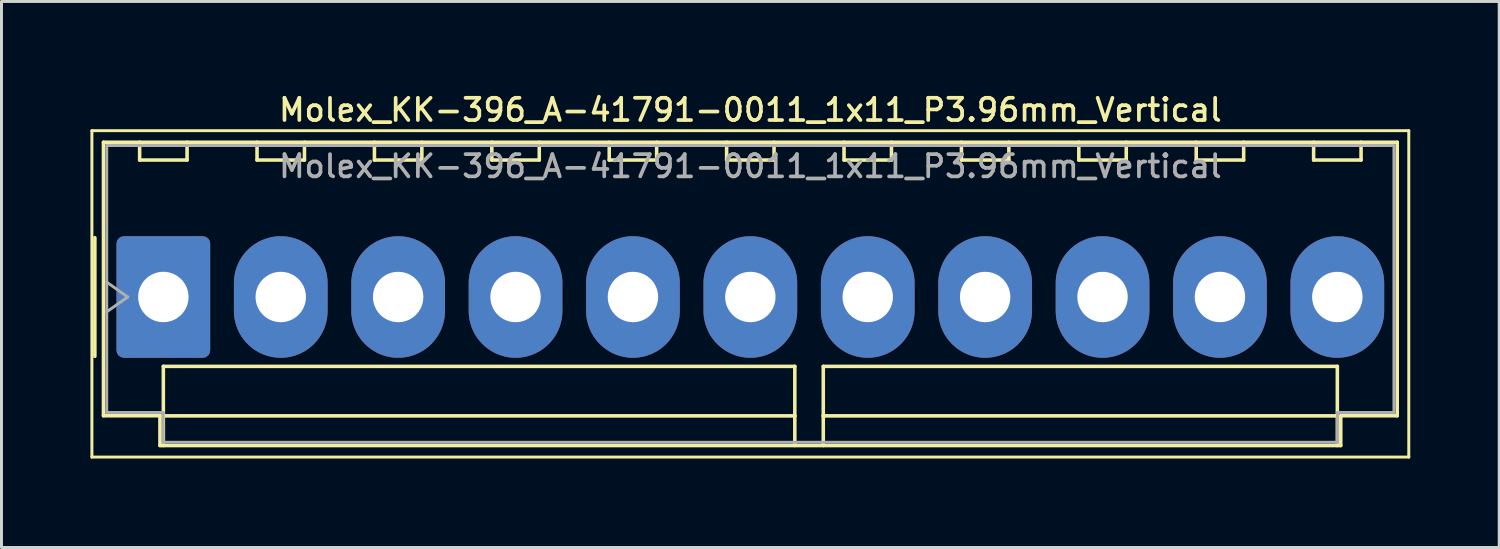
<source format=kicad_pcb>
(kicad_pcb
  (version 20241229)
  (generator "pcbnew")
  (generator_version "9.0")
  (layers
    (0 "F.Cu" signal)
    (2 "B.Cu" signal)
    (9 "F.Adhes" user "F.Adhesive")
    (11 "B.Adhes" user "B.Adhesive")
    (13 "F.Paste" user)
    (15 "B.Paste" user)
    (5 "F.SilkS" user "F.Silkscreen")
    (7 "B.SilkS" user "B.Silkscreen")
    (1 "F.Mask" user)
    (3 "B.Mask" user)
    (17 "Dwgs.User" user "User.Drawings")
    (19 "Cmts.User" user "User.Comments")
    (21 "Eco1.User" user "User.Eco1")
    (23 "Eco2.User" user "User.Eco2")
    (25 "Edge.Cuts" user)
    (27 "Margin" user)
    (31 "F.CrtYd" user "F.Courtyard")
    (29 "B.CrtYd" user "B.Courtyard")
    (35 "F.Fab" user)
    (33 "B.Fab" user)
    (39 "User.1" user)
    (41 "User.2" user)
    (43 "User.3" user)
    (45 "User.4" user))
  (footprint "Molex_KK-396_A-41791-0011_1x11_P3.96mm_Vertical"
    (layer "F.Cu")
    (at 2.46 6.968)
    (property "Reference" "Molex_KK-396_A-41791-0011_1x11_P3.96mm_Vertical" (at 19.8 -6.31 0) (layer "F.SilkS") (effects (font (size 0.75 0.75) (thickness 0.125))))
    (attr through_hole)
    (fp_line (start -2.41 -5.61) (end -2.41 5.4) (stroke (width 0.1) (type solid)) (layer "F.SilkS"))
    (fp_line (start -2.41 5.4) (end 42.01 5.4) (stroke (width 0.1) (type solid)) (layer "F.SilkS"))
    (fp_line (start -2.31 -2) (end -2.31 2) (stroke (width 0.12) (type solid)) (layer "F.SilkS"))
    (fp_line (start -2.02 -5.22) (end 41.62 -5.22) (stroke (width 0.12) (type solid)) (layer "F.SilkS"))
    (fp_line (start -2.02 4.005) (end -2.02 -5.22) (stroke (width 0.12) (type solid)) (layer "F.SilkS"))
    (fp_line (start -0.8 -5.22) (end -0.8 -4.62) (stroke (width 0.12) (type solid)) (layer "F.SilkS"))
    (fp_line (start -0.8 -4.62) (end 0.8 -4.62) (stroke (width 0.12) (type solid)) (layer "F.SilkS"))
    (fp_line (start -0.115 4.005) (end -2.02 4.005) (stroke (width 0.12) (type solid)) (layer "F.SilkS"))
    (fp_line (start -0.115 5.01) (end -0.115 4.005) (stroke (width 0.12) (type solid)) (layer "F.SilkS"))
    (fp_line (start 0 2.34) (end 21.3 2.34) (stroke (width 0.12) (type solid)) (layer "F.SilkS"))
    (fp_line (start 0 4.01) (end 0 2.34) (stroke (width 0.12) (type solid)) (layer "F.SilkS"))
    (fp_line (start 0 4.01) (end 21.3 4.01) (stroke (width 0.12) (type solid)) (layer "F.SilkS"))
    (fp_line (start 0 5.01) (end 0 4.01) (stroke (width 0.12) (type solid)) (layer "F.SilkS"))
    (fp_line (start 0.8 -4.62) (end 0.8 -5.22) (stroke (width 0.12) (type solid)) (layer "F.SilkS"))
    (fp_line (start 3.16 -5.22) (end 3.16 -4.62) (stroke (width 0.12) (type solid)) (layer "F.SilkS"))
    (fp_line (start 3.16 -4.62) (end 4.76 -4.62) (stroke (width 0.12) (type solid)) (layer "F.SilkS"))
    (fp_line (start 4.76 -4.62) (end 4.76 -5.22) (stroke (width 0.12) (type solid)) (layer "F.SilkS"))
    (fp_line (start 7.12 -5.22) (end 7.12 -4.62) (stroke (width 0.12) (type solid)) (layer "F.SilkS"))
    (fp_line (start 7.12 -4.62) (end 8.72 -4.62) (stroke (width 0.12) (type solid)) (layer "F.SilkS"))
    (fp_line (start 8.72 -4.62) (end 8.72 -5.22) (stroke (width 0.12) (type solid)) (layer "F.SilkS"))
    (fp_line (start 11.08 -5.22) (end 11.08 -4.62) (stroke (width 0.12) (type solid)) (layer "F.SilkS"))
    (fp_line (start 11.08 -4.62) (end 12.68 -4.62) (stroke (width 0.12) (type solid)) (layer "F.SilkS"))
    (fp_line (start 12.68 -4.62) (end 12.68 -5.22) (stroke (width 0.12) (type solid)) (layer "F.SilkS"))
    (fp_line (start 15.04 -5.22) (end 15.04 -4.62) (stroke (width 0.12) (type solid)) (layer "F.SilkS"))
    (fp_line (start 15.04 -4.62) (end 16.64 -4.62) (stroke (width 0.12) (type solid)) (layer "F.SilkS"))
    (fp_line (start 16.64 -4.62) (end 16.64 -5.22) (stroke (width 0.12) (type solid)) (layer "F.SilkS"))
    (fp_line (start 19 -5.22) (end 19 -4.62) (stroke (width 0.12) (type solid)) (layer "F.SilkS"))
    (fp_line (start 19 -4.62) (end 20.6 -4.62) (stroke (width 0.12) (type solid)) (layer "F.SilkS"))
    (fp_line (start 20.6 -4.62) (end 20.6 -5.22) (stroke (width 0.12) (type solid)) (layer "F.SilkS"))
    (fp_line (start 21.3 2.34) (end 21.3 4.01) (stroke (width 0.12) (type solid)) (layer "F.SilkS"))
    (fp_line (start 21.3 4.01) (end 21.3 5.01) (stroke (width 0.12) (type solid)) (layer "F.SilkS"))
    (fp_line (start 22.26 2.34) (end 39.6 2.34) (stroke (width 0.12) (type solid)) (layer "F.SilkS"))
    (fp_line (start 22.26 4.01) (end 22.26 2.34) (stroke (width 0.12) (type solid)) (layer "F.SilkS"))
    (fp_line (start 22.26 4.01) (end 39.6 4.01) (stroke (width 0.12) (type solid)) (layer "F.SilkS"))
    (fp_line (start 22.26 5.01) (end 22.26 4.01) (stroke (width 0.12) (type solid)) (layer "F.SilkS"))
    (fp_line (start 22.96 -5.22) (end 22.96 -4.62) (stroke (width 0.12) (type solid)) (layer "F.SilkS"))
    (fp_line (start 22.96 -4.62) (end 24.56 -4.62) (stroke (width 0.12) (type solid)) (layer "F.SilkS"))
    (fp_line (start 24.56 -4.62) (end 24.56 -5.22) (stroke (width 0.12) (type solid)) (layer "F.SilkS"))
    (fp_line (start 26.92 -5.22) (end 26.92 -4.62) (stroke (width 0.12) (type solid)) (layer "F.SilkS"))
    (fp_line (start 26.92 -4.62) (end 28.52 -4.62) (stroke (width 0.12) (type solid)) (layer "F.SilkS"))
    (fp_line (start 28.52 -4.62) (end 28.52 -5.22) (stroke (width 0.12) (type solid)) (layer "F.SilkS"))
    (fp_line (start 30.88 -5.22) (end 30.88 -4.62) (stroke (width 0.12) (type solid)) (layer "F.SilkS"))
    (fp_line (start 30.88 -4.62) (end 32.48 -4.62) (stroke (width 0.12) (type solid)) (layer "F.SilkS"))
    (fp_line (start 32.48 -4.62) (end 32.48 -5.22) (stroke (width 0.12) (type solid)) (layer "F.SilkS"))
    (fp_line (start 34.84 -5.22) (end 34.84 -4.62) (stroke (width 0.12) (type solid)) (layer "F.SilkS"))
    (fp_line (start 34.84 -4.62) (end 36.44 -4.62) (stroke (width 0.12) (type solid)) (layer "F.SilkS"))
    (fp_line (start 36.44 -4.62) (end 36.44 -5.22) (stroke (width 0.12) (type solid)) (layer "F.SilkS"))
    (fp_line (start 38.8 -5.22) (end 38.8 -4.62) (stroke (width 0.12) (type solid)) (layer "F.SilkS"))
    (fp_line (start 38.8 -4.62) (end 40.4 -4.62) (stroke (width 0.12) (type solid)) (layer "F.SilkS"))
    (fp_line (start 39.6 2.34) (end 39.6 4.01) (stroke (width 0.12) (type solid)) (layer "F.SilkS"))
    (fp_line (start 39.6 4.01) (end 39.6 5.01) (stroke (width 0.12) (type solid)) (layer "F.SilkS"))
    (fp_line (start 39.715 4.005) (end 39.715 5.01) (stroke (width 0.12) (type solid)) (layer "F.SilkS"))
    (fp_line (start 39.715 5.01) (end -0.115 5.01) (stroke (width 0.12) (type solid)) (layer "F.SilkS"))
    (fp_line (start 40.4 -4.62) (end 40.4 -5.22) (stroke (width 0.12) (type solid)) (layer "F.SilkS"))
    (fp_line (start 41.62 -5.22) (end 41.62 4.005) (stroke (width 0.12) (type solid)) (layer "F.SilkS"))
    (fp_line (start 41.62 4.005) (end 39.715 4.005) (stroke (width 0.12) (type solid)) (layer "F.SilkS"))
    (fp_line (start 42.01 -5.61) (end -2.41 -5.61) (stroke (width 0.1) (type solid)) (layer "F.SilkS"))
    (fp_line (start 42.01 5.4) (end 42.01 -5.61) (stroke (width 0.1) (type solid)) (layer "F.SilkS"))
    (fp_line (start -1.91 -5.11) (end 41.51 -5.11) (stroke (width 0.1) (type solid)) (layer "F.Fab"))
    (fp_line (start -1.91 -0.5) (end -1.203 0) (stroke (width 0.1) (type solid)) (layer "F.Fab"))
    (fp_line (start -1.91 3.895) (end -1.91 -5.11) (stroke (width 0.1) (type solid)) (layer "F.Fab"))
    (fp_line (start -1.203 0) (end -1.91 0.5) (stroke (width 0.1) (type solid)) (layer "F.Fab"))
    (fp_line (start -0.005 3.895) (end -1.91 3.895) (stroke (width 0.1) (type solid)) (layer "F.Fab"))
    (fp_line (start -0.005 4.9) (end -0.005 3.895) (stroke (width 0.1) (type solid)) (layer "F.Fab"))
    (fp_line (start 39.605 3.895) (end 39.605 4.9) (stroke (width 0.1) (type solid)) (layer "F.Fab"))
    (fp_line (start 39.605 4.9) (end -0.005 4.9) (stroke (width 0.1) (type solid)) (layer "F.Fab"))
    (fp_line (start 41.51 -5.11) (end 41.51 3.895) (stroke (width 0.1) (type solid)) (layer "F.Fab"))
    (fp_line (start 41.51 3.895) (end 39.605 3.895) (stroke (width 0.1) (type solid)) (layer "F.Fab"))
    (fp_text user "${REFERENCE}" (at 19.8 -4.41 0) (layer "F.Fab") (effects (font (size 0.75 0.75) (thickness 0.125))))
    (pad "1" thru_hole roundrect (at 0 0) (size 3.16 4.1) (drill 1.7) (layers "*.Cu" "*.Mask") (roundrect_rratio 0.079))
    (pad "2" thru_hole oval (at 3.96 0) (size 3.16 4.1) (drill 1.7) (layers "*.Cu" "*.Mask"))
    (pad "3" thru_hole oval (at 7.92 0) (size 3.16 4.1) (drill 1.7) (layers "*.Cu" "*.Mask"))
    (pad "4" thru_hole oval (at 11.88 0) (size 3.16 4.1) (drill 1.7) (layers "*.Cu" "*.Mask"))
    (pad "5" thru_hole oval (at 15.84 0) (size 3.16 4.1) (drill 1.7) (layers "*.Cu" "*.Mask"))
    (pad "6" thru_hole oval (at 19.8 0) (size 3.16 4.1) (drill 1.7) (layers "*.Cu" "*.Mask"))
    (pad "7" thru_hole oval (at 23.76 0) (size 3.16 4.1) (drill 1.7) (layers "*.Cu" "*.Mask"))
    (pad "8" thru_hole oval (at 27.72 0) (size 3.16 4.1) (drill 1.7) (layers "*.Cu" "*.Mask"))
    (pad "9" thru_hole oval (at 31.68 0) (size 3.16 4.1) (drill 1.7) (layers "*.Cu" "*.Mask"))
    (pad "10" thru_hole oval (at 35.64 0) (size 3.16 4.1) (drill 1.7) (layers "*.Cu" "*.Mask"))
    (pad "11" thru_hole oval (at 39.6 0) (size 3.16 4.1) (drill 1.7) (layers "*.Cu" "*.Mask")))
  (gr_rect
    (start -3 -3)
    (end 47.52 15.418)
    (stroke (width 0.1) (type default))
    (fill no)
    (layer "Edge.Cuts")))
</source>
